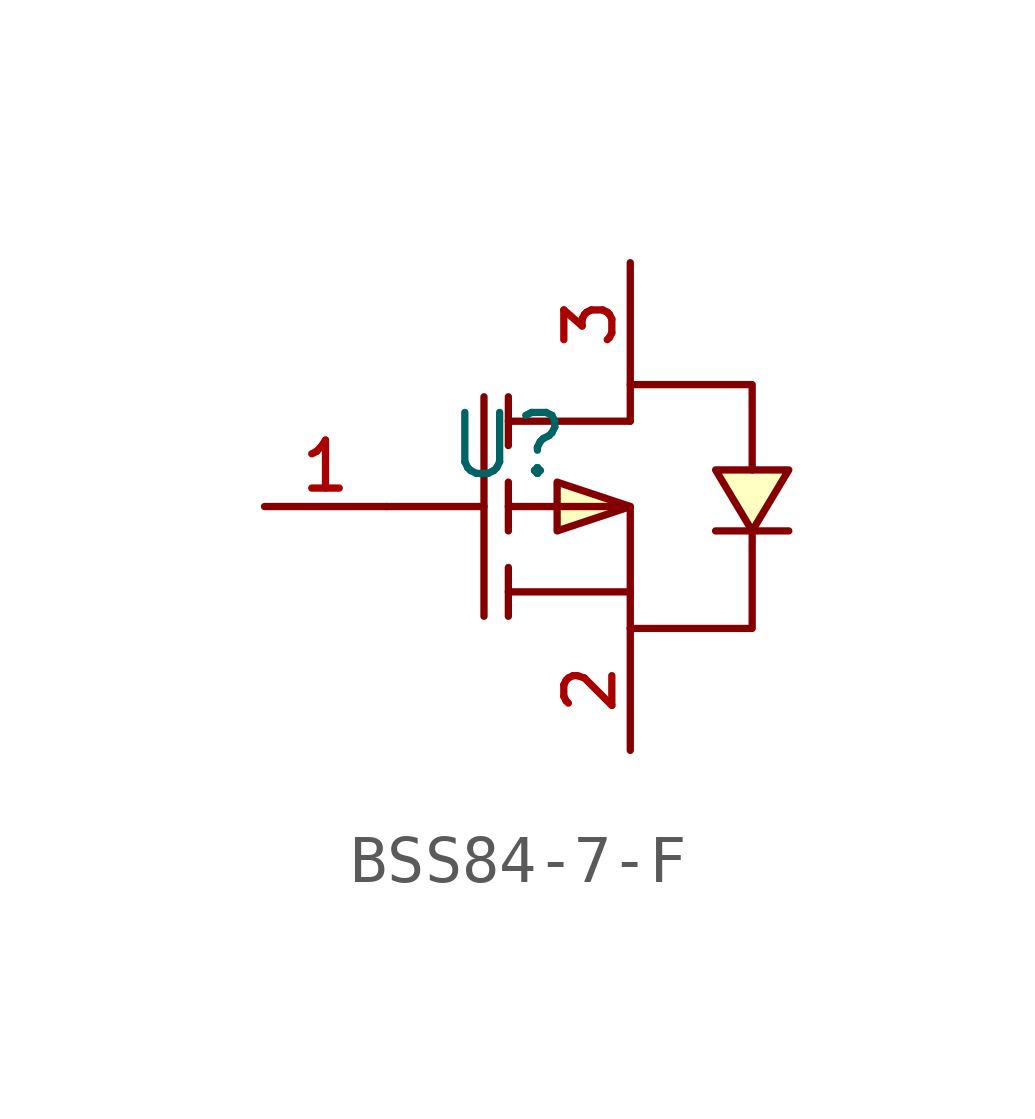
<source format=kicad_sym>
(kicad_symbol_lib
  (version 20210201)
  (generator TousstNicolas/JLC2KiCad_lib)
  (symbol "BSS84-7-F"
    (pin_names hide)
    (property "Reference" "U"
      (at 0 1.27 0)
      (effects (font (size 1.27 1.27))))
    (symbol "BSS84-7-F_0_1"
      (polyline (pts (xy 2.54 -0.0) (xy 1.016 0.508) (xy 1.016 -0.508) (xy 2.54 -0.0)) (stroke (width 0) (type default) (color 0 0 0 0)) (fill (type background)))
      (polyline (pts (xy 5.08 -0.508) (xy 5.842 0.762) (xy 4.318 0.762) (xy 5.08 -0.508)) (stroke (width 0) (type default) (color 0 0 0 0)) (fill (type background)))
      (polyline (pts (xy 2.54 -2.54) (xy 5.08 -2.54) (xy 5.08 -0.508)) (stroke (width 0) (type default) (color 0 0 0 0)) (fill (type none)))
      (polyline (pts (xy 2.54 1.778) (xy 2.54 2.54) (xy 5.08 2.54) (xy 5.08 0.762)) (stroke (width 0) (type default) (color 0 0 0 0)) (fill (type none)))
      (polyline (pts (xy 2.54 1.778) (xy 0.0 1.778)) (stroke (width 0) (type default) (color 0 0 0 0)) (fill (type none)))
      (polyline (pts (xy 0.0 -0.0) (xy 2.54 -0.0) (xy 2.54 -2.54)) (stroke (width 0) (type default) (color 0 0 0 0)) (fill (type none)))
      (polyline (pts (xy 2.54 -1.778) (xy 0.0 -1.778)) (stroke (width 0) (type default) (color 0 0 0 0)) (fill (type none)))
      (polyline (pts (xy -0.508 2.286) (xy -0.508 -2.286)) (stroke (width 0) (type default) (color 0 0 0 0)) (fill (type none)))
      (polyline (pts (xy 0.0 1.27) (xy 0.0 2.286)) (stroke (width 0) (type default) (color 0 0 0 0)) (fill (type none)))
      (polyline (pts (xy 0.0 -0.508) (xy 0.0 0.508)) (stroke (width 0) (type default) (color 0 0 0 0)) (fill (type none)))
      (polyline (pts (xy 0.0 -2.286) (xy 0.0 -1.27)) (stroke (width 0) (type default) (color 0 0 0 0)) (fill (type none)))
      (polyline (pts (xy -2.54 -0.0) (xy -0.508 -0.0)) (stroke (width 0) (type default) (color 0 0 0 0)) (fill (type none)))
      (polyline (pts (xy 5.842 -0.508) (xy 5.588 -0.508) (xy 4.572 -0.508) (xy 4.318 -0.508)) (stroke (width 0) (type default) (color 0 0 0 0)) (fill (type none)))
      (pin unspecified line (at 2.54 5.08 270) (length 2.54) (name "D" (effects (font (size 1 1)))) (number "3" (effects (font (size 1 1)))))
      (pin unspecified line (at -5.08 -0.0 0) (length 2.54) (name "G" (effects (font (size 1 1)))) (number "1" (effects (font (size 1 1)))))
      (pin unspecified line (at 2.54 -5.08 90) (length 2.54) (name "S" (effects (font (size 1 1)))) (number "2" (effects (font (size 1 1))))))))
</source>
